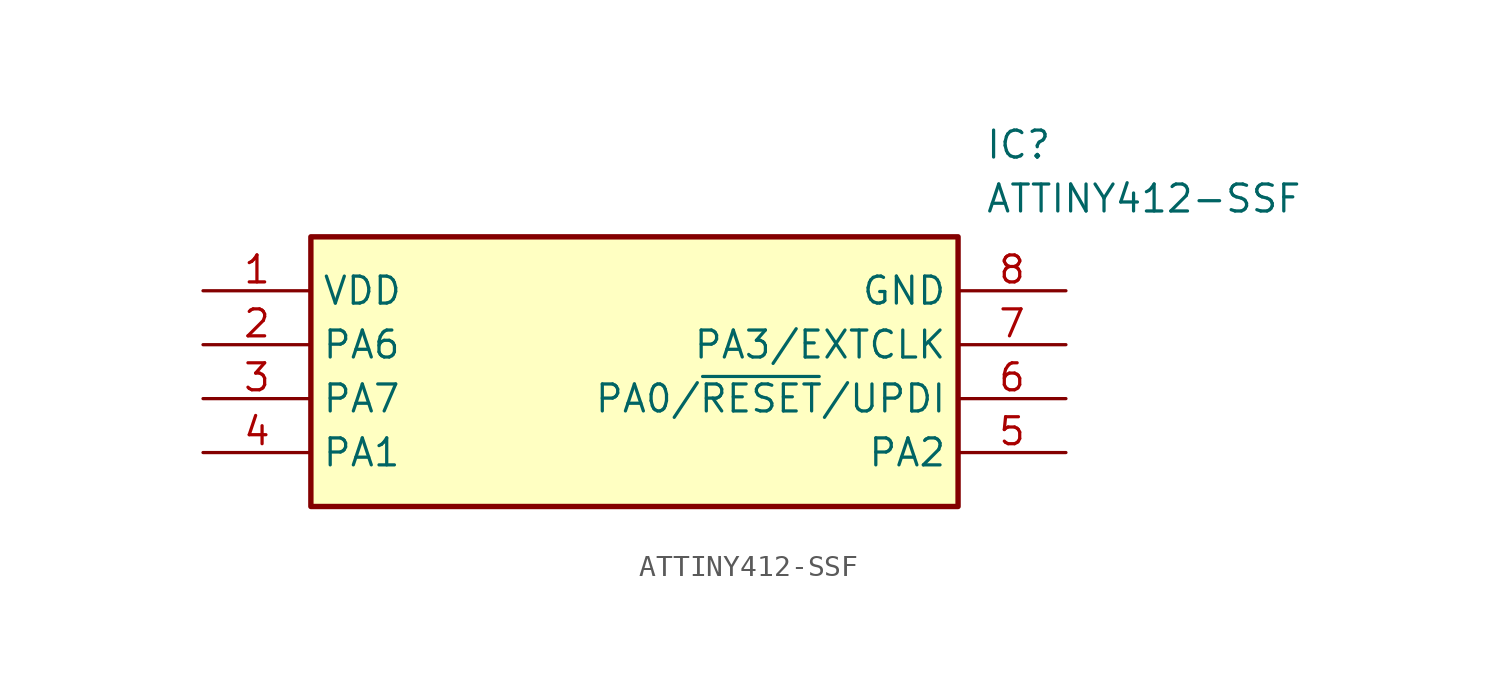
<source format=kicad_sym>
(kicad_symbol_lib
  (version 20211014)
  (generator SamacSys_ECAD_Model)
  (symbol "ATTINY412-SSF"
    (property "Reference" "IC"
      (at 36.83 7.62 0)
      (effects (font (size 1.27 1.27)) (justify left top)))
    (property "Value" "ATTINY412-SSF"
      (at 36.83 5.08 0)
      (effects (font (size 1.27 1.27)) (justify left top)))
    (rectangle
      (start 5.08 2.54)
      (end 35.56 -10.16)
      (stroke (width 0.254) (type default))
      (fill (type background)))
    (pin passive line
      (at 0 0 0)
      (length 5.08)
      (name "VDD" (effects (font (size 1.27 1.27))))
      (number "1" (effects (font (size 1.27 1.27)))))
    (pin passive line
      (at 0 -2.54 0)
      (length 5.08)
      (name "PA6" (effects (font (size 1.27 1.27))))
      (number "2" (effects (font (size 1.27 1.27)))))
    (pin passive line
      (at 0 -5.08 0)
      (length 5.08)
      (name "PA7" (effects (font (size 1.27 1.27))))
      (number "3" (effects (font (size 1.27 1.27)))))
    (pin passive line
      (at 0 -7.62 0)
      (length 5.08)
      (name "PA1" (effects (font (size 1.27 1.27))))
      (number "4" (effects (font (size 1.27 1.27)))))
    (pin passive line
      (at 40.64 0 180)
      (length 5.08)
      (name "GND" (effects (font (size 1.27 1.27))))
      (number "8" (effects (font (size 1.27 1.27)))))
    (pin passive line
      (at 40.64 -2.54 180)
      (length 5.08)
      (name "PA3/EXTCLK" (effects (font (size 1.27 1.27))))
      (number "7" (effects (font (size 1.27 1.27)))))
    (pin passive line
      (at 40.64 -5.08 180)
      (length 5.08)
      (name "PA0/~{RESET}/UPDI" (effects (font (size 1.27 1.27))))
      (number "6" (effects (font (size 1.27 1.27)))))
    (pin passive line
      (at 40.64 -7.62 180)
      (length 5.08)
      (name "PA2" (effects (font (size 1.27 1.27))))
      (number "5" (effects (font (size 1.27 1.27)))))))
</source>
